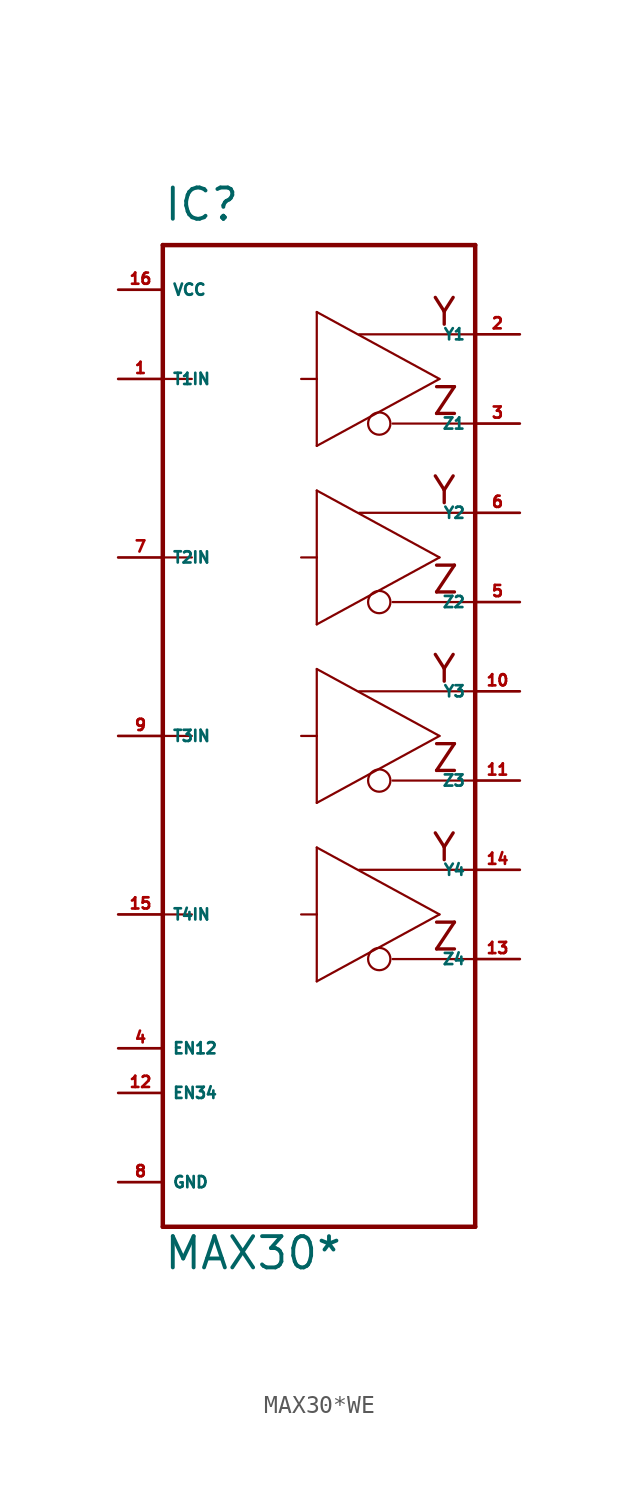
<source format=kicad_sym>
(kicad_symbol_lib
  (version 20220914)
  (generator Eagle2Kicad)
  (symbol "MAX30*WE"
    (property "Reference" "IC"
      (at -7.62 29.21 0)
      (effects (font (size 1.778 1.778) (thickness 0.22)) (justify left bottom)))
    (property "Value" "MAX30*"
      (at -7.62 -30.48 0)
      (effects (font (size 1.778 1.778) (thickness 0.22)) (justify left bottom)))
    (polyline
      (pts (xy -7.62 27.94) (xy 10.16 27.94))
      (stroke (width 0.254) (type default))
      (fill (type none)))
    (polyline
      (pts (xy 10.16 27.94) (xy 10.16 -27.94))
      (stroke (width 0.254) (type default))
      (fill (type none)))
    (polyline
      (pts (xy 10.16 -27.94) (xy -7.62 -27.94))
      (stroke (width 0.254) (type default))
      (fill (type none)))
    (polyline
      (pts (xy -7.62 27.94) (xy -7.62 20.32))
      (stroke (width 0.254) (type default))
      (fill (type none)))
    (polyline
      (pts (xy -7.62 20.32) (xy -7.62 10.16))
      (stroke (width 0.254) (type default))
      (fill (type none)))
    (polyline
      (pts (xy -7.62 10.16) (xy -7.62 0))
      (stroke (width 0.254) (type default))
      (fill (type none)))
    (polyline
      (pts (xy -7.62 0) (xy -7.62 -10.16))
      (stroke (width 0.254) (type default))
      (fill (type none)))
    (polyline
      (pts (xy -7.62 -10.16) (xy -7.62 -27.94))
      (stroke (width 0.254) (type default))
      (fill (type none)))
    (polyline
      (pts (xy 1.143 16.51) (xy 1.143 20.32))
      (stroke (width 0.127) (type default))
      (fill (type none)))
    (polyline
      (pts (xy 1.143 20.32) (xy 1.143 24.13))
      (stroke (width 0.127) (type default))
      (fill (type none)))
    (polyline
      (pts (xy 1.143 24.13) (xy 8.128 20.32))
      (stroke (width 0.127) (type default))
      (fill (type none)))
    (polyline
      (pts (xy 8.128 20.32) (xy 1.143 16.51))
      (stroke (width 0.127) (type default))
      (fill (type none)))
    (polyline
      (pts (xy -7.62 20.32) (xy -5.969 20.32))
      (stroke (width 0.127) (type default))
      (fill (type none)))
    (polyline
      (pts (xy 0.254 20.32) (xy 1.143 20.32))
      (stroke (width 0.127) (type default))
      (fill (type none)))
    (polyline
      (pts (xy 5.461 17.78) (xy 10.033 17.78))
      (stroke (width 0.127) (type default))
      (fill (type none)))
    (polyline
      (pts (xy 3.556 22.86) (xy 10.033 22.86))
      (stroke (width 0.127) (type default))
      (fill (type none)))
    (polyline
      (pts (xy 1.143 6.35) (xy 1.143 10.16))
      (stroke (width 0.127) (type default))
      (fill (type none)))
    (polyline
      (pts (xy 1.143 10.16) (xy 1.143 13.97))
      (stroke (width 0.127) (type default))
      (fill (type none)))
    (polyline
      (pts (xy 1.143 13.97) (xy 8.128 10.16))
      (stroke (width 0.127) (type default))
      (fill (type none)))
    (polyline
      (pts (xy 8.128 10.16) (xy 1.143 6.35))
      (stroke (width 0.127) (type default))
      (fill (type none)))
    (polyline
      (pts (xy -7.62 10.16) (xy -5.969 10.16))
      (stroke (width 0.127) (type default))
      (fill (type none)))
    (polyline
      (pts (xy 0.254 10.16) (xy 1.143 10.16))
      (stroke (width 0.127) (type default))
      (fill (type none)))
    (polyline
      (pts (xy 5.461 7.62) (xy 10.033 7.62))
      (stroke (width 0.127) (type default))
      (fill (type none)))
    (polyline
      (pts (xy 3.556 12.7) (xy 10.033 12.7))
      (stroke (width 0.127) (type default))
      (fill (type none)))
    (polyline
      (pts (xy 1.143 -3.81) (xy 1.143 0))
      (stroke (width 0.127) (type default))
      (fill (type none)))
    (polyline
      (pts (xy 1.143 0) (xy 1.143 3.81))
      (stroke (width 0.127) (type default))
      (fill (type none)))
    (polyline
      (pts (xy 1.143 3.81) (xy 8.128 0))
      (stroke (width 0.127) (type default))
      (fill (type none)))
    (polyline
      (pts (xy 8.128 0) (xy 1.143 -3.81))
      (stroke (width 0.127) (type default))
      (fill (type none)))
    (polyline
      (pts (xy -7.62 0) (xy -5.969 0))
      (stroke (width 0.127) (type default))
      (fill (type none)))
    (polyline
      (pts (xy 0.254 0) (xy 1.143 0))
      (stroke (width 0.127) (type default))
      (fill (type none)))
    (polyline
      (pts (xy 5.461 -2.54) (xy 10.033 -2.54))
      (stroke (width 0.127) (type default))
      (fill (type none)))
    (polyline
      (pts (xy 3.556 2.54) (xy 10.033 2.54))
      (stroke (width 0.127) (type default))
      (fill (type none)))
    (polyline
      (pts (xy 1.143 -13.97) (xy 1.143 -10.16))
      (stroke (width 0.127) (type default))
      (fill (type none)))
    (polyline
      (pts (xy 1.143 -10.16) (xy 1.143 -6.35))
      (stroke (width 0.127) (type default))
      (fill (type none)))
    (polyline
      (pts (xy 1.143 -6.35) (xy 8.128 -10.16))
      (stroke (width 0.127) (type default))
      (fill (type none)))
    (polyline
      (pts (xy 8.128 -10.16) (xy 1.143 -13.97))
      (stroke (width 0.127) (type default))
      (fill (type none)))
    (polyline
      (pts (xy -7.62 -10.16) (xy -5.969 -10.16))
      (stroke (width 0.127) (type default))
      (fill (type none)))
    (polyline
      (pts (xy 0.254 -10.16) (xy 1.143 -10.16))
      (stroke (width 0.127) (type default))
      (fill (type none)))
    (polyline
      (pts (xy 5.461 -12.7) (xy 10.033 -12.7))
      (stroke (width 0.127) (type default))
      (fill (type none)))
    (polyline
      (pts (xy 3.556 -7.62) (xy 10.033 -7.62))
      (stroke (width 0.127) (type default))
      (fill (type none)))
    (text "Z"
      (at 7.62 18.161 0)
      (effects (font (size 1.524 1.524) (thickness 0.19)) (justify left bottom)))
    (text "Y"
      (at 7.62 23.241 0)
      (effects (font (size 1.524 1.524) (thickness 0.19)) (justify left bottom)))
    (text "Z"
      (at 7.62 8.001 0)
      (effects (font (size 1.524 1.524) (thickness 0.19)) (justify left bottom)))
    (text "Y"
      (at 7.62 13.081 0)
      (effects (font (size 1.524 1.524) (thickness 0.19)) (justify left bottom)))
    (text "Z"
      (at 7.62 -2.159 0)
      (effects (font (size 1.524 1.524) (thickness 0.19)) (justify left bottom)))
    (text "Y"
      (at 7.62 2.921 0)
      (effects (font (size 1.524 1.524) (thickness 0.19)) (justify left bottom)))
    (text "Z"
      (at 7.62 -12.319 0)
      (effects (font (size 1.524 1.524) (thickness 0.19)) (justify left bottom)))
    (text "Y"
      (at 7.62 -7.239 0)
      (effects (font (size 1.524 1.524) (thickness 0.19)) (justify left bottom)))
    (circle
      (center 4.699 17.78)
      (radius 0.635)
      (stroke (width 0.127) (type default))
      (fill (type none)))
    (circle
      (center 4.699 7.62)
      (radius 0.635)
      (stroke (width 0.127) (type default))
      (fill (type none)))
    (circle
      (center 4.699 -2.54)
      (radius 0.635)
      (stroke (width 0.127) (type default))
      (fill (type none)))
    (circle
      (center 4.699 -12.7)
      (radius 0.635)
      (stroke (width 0.127) (type default))
      (fill (type none)))
    (pin input line
      (at -10.16 20.32 0)
      (length 2.54)
      (name "T1IN" (effects (font (size 0.635 0.635) (thickness 0.08)) (justify left bottom)))
      (number "1" (effects (font (size 0.635 0.635) (thickness 0.08)) (justify left bottom))))
    (pin output line
      (at 12.7 17.78 180)
      (length 2.54)
      (name "Z1" (effects (font (size 0.635 0.635) (thickness 0.08)) (justify left bottom)))
      (number "3" (effects (font (size 0.635 0.635) (thickness 0.08)) (justify left bottom))))
    (pin output line
      (at 12.7 22.86 180)
      (length 2.54)
      (name "Y1" (effects (font (size 0.635 0.635) (thickness 0.08)) (justify left bottom)))
      (number "2" (effects (font (size 0.635 0.635) (thickness 0.08)) (justify left bottom))))
    (pin input line
      (at -10.16 -17.78 0)
      (length 2.54)
      (name "EN12" (effects (font (size 0.635 0.635) (thickness 0.08)) (justify left bottom)))
      (number "4" (effects (font (size 0.635 0.635) (thickness 0.08)) (justify left bottom))))
    (pin input line
      (at -10.16 -20.32 0)
      (length 2.54)
      (name "EN34" (effects (font (size 0.635 0.635) (thickness 0.08)) (justify left bottom)))
      (number "12" (effects (font (size 0.635 0.635) (thickness 0.08)) (justify left bottom))))
    (pin unspecified line
      (at -10.16 -25.4 0)
      (length 2.54)
      (name "GND" (effects (font (size 0.635 0.635) (thickness 0.08)) (justify left bottom)))
      (number "8" (effects (font (size 0.635 0.635) (thickness 0.08)) (justify left bottom))))
    (pin unspecified line
      (at -10.16 25.4 0)
      (length 2.54)
      (name "VCC" (effects (font (size 0.635 0.635) (thickness 0.08)) (justify left bottom)))
      (number "16" (effects (font (size 0.635 0.635) (thickness 0.08)) (justify left bottom))))
    (pin input line
      (at -10.16 10.16 0)
      (length 2.54)
      (name "T2IN" (effects (font (size 0.635 0.635) (thickness 0.08)) (justify left bottom)))
      (number "7" (effects (font (size 0.635 0.635) (thickness 0.08)) (justify left bottom))))
    (pin output line
      (at 12.7 7.62 180)
      (length 2.54)
      (name "Z2" (effects (font (size 0.635 0.635) (thickness 0.08)) (justify left bottom)))
      (number "5" (effects (font (size 0.635 0.635) (thickness 0.08)) (justify left bottom))))
    (pin output line
      (at 12.7 12.7 180)
      (length 2.54)
      (name "Y2" (effects (font (size 0.635 0.635) (thickness 0.08)) (justify left bottom)))
      (number "6" (effects (font (size 0.635 0.635) (thickness 0.08)) (justify left bottom))))
    (pin input line
      (at -10.16 0 0)
      (length 2.54)
      (name "T3IN" (effects (font (size 0.635 0.635) (thickness 0.08)) (justify left bottom)))
      (number "9" (effects (font (size 0.635 0.635) (thickness 0.08)) (justify left bottom))))
    (pin output line
      (at 12.7 -2.54 180)
      (length 2.54)
      (name "Z3" (effects (font (size 0.635 0.635) (thickness 0.08)) (justify left bottom)))
      (number "11" (effects (font (size 0.635 0.635) (thickness 0.08)) (justify left bottom))))
    (pin output line
      (at 12.7 2.54 180)
      (length 2.54)
      (name "Y3" (effects (font (size 0.635 0.635) (thickness 0.08)) (justify left bottom)))
      (number "10" (effects (font (size 0.635 0.635) (thickness 0.08)) (justify left bottom))))
    (pin input line
      (at -10.16 -10.16 0)
      (length 2.54)
      (name "T4IN" (effects (font (size 0.635 0.635) (thickness 0.08)) (justify left bottom)))
      (number "15" (effects (font (size 0.635 0.635) (thickness 0.08)) (justify left bottom))))
    (pin output line
      (at 12.7 -12.7 180)
      (length 2.54)
      (name "Z4" (effects (font (size 0.635 0.635) (thickness 0.08)) (justify left bottom)))
      (number "13" (effects (font (size 0.635 0.635) (thickness 0.08)) (justify left bottom))))
    (pin output line
      (at 12.7 -7.62 180)
      (length 2.54)
      (name "Y4" (effects (font (size 0.635 0.635) (thickness 0.08)) (justify left bottom)))
      (number "14" (effects (font (size 0.635 0.635) (thickness 0.08)) (justify left bottom))))))
</source>
